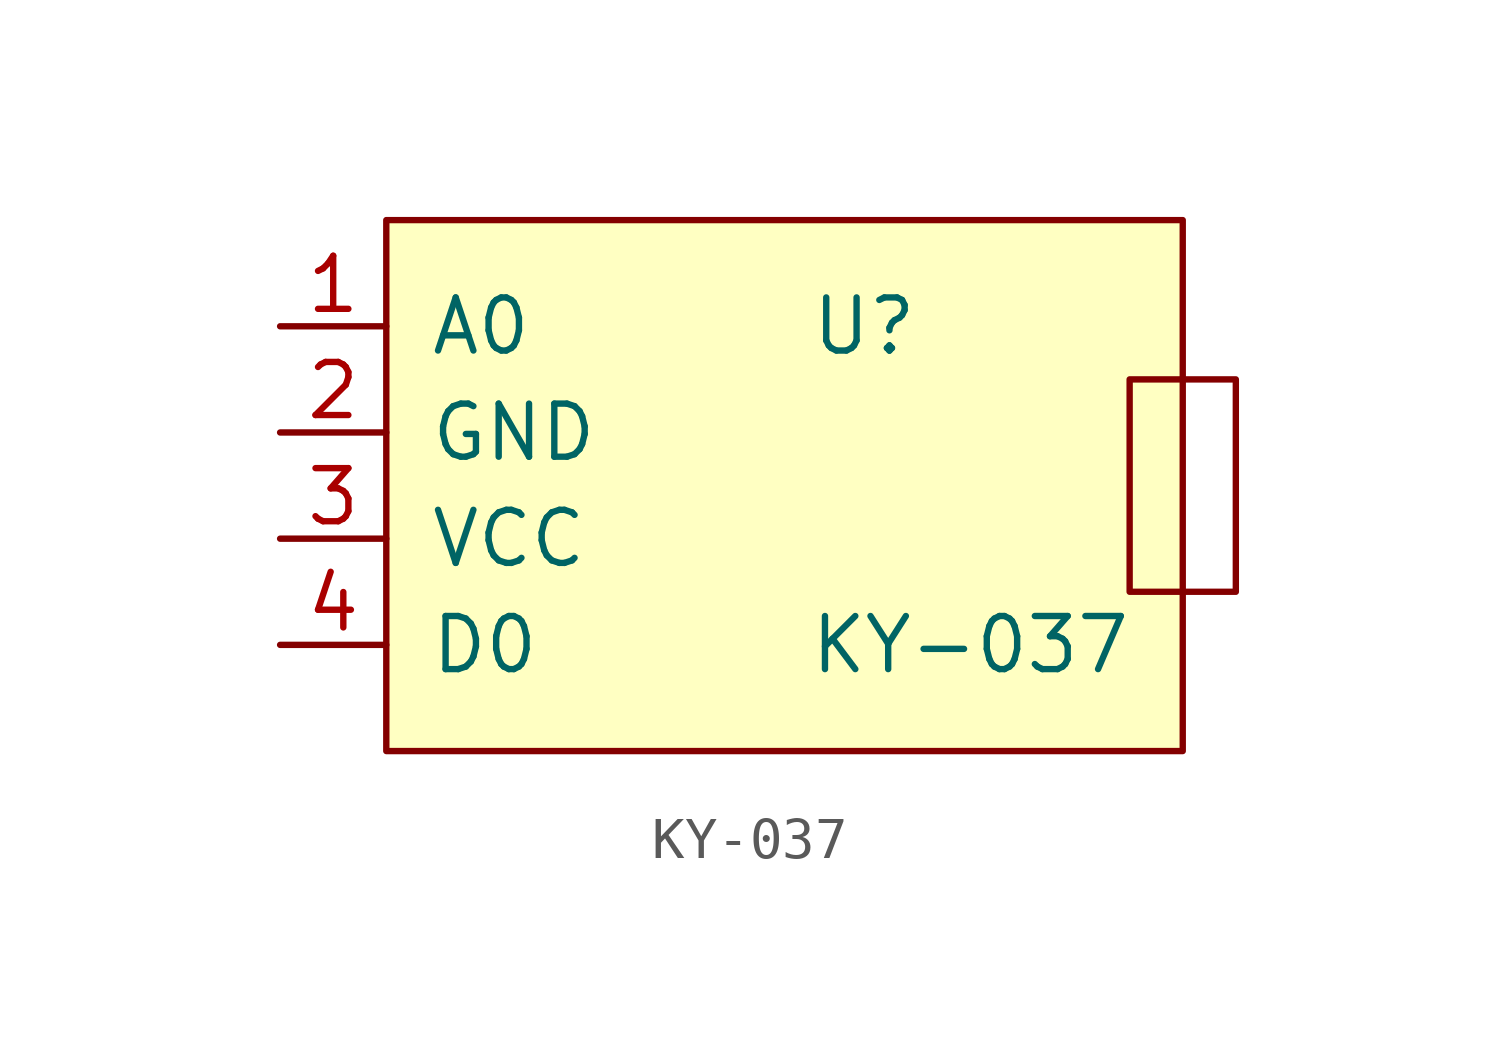
<source format=kicad_sym>
(kicad_symbol_lib
  (version 20211014)
  (generator kicad_symbol_editor)
  (symbol "KY-037"
    (pin_names
      (offset 1.016))
    (property "Reference" "U"
      (at 11.43 -2.54 0)
      (effects (font (size 1.27 1.27))))
    (property "Value" "KY-037"
      (at 13.97 -10.16 0)
      (effects (font (size 1.27 1.27))))
    (symbol "KY-037_0_1"
      (rectangle (start 0 0) (end 19.05 -12.7) (stroke (width 0) (type default) (color 0 0 0 0)) (fill (type background)))
      (rectangle (start 20.32 -3.81) (end 17.78 -8.89) (stroke (width 0) (type default) (color 0 0 0 0)) (fill (type none))))
    (symbol "KY-037_1_1"
      (pin output line (at -2.54 -2.54 0) (length 2.54) (name "A0" (effects (font (size 1.27 1.27)))) (number "1" (effects (font (size 1.27 1.27)))))
      (pin input line (at -2.54 -5.08 0) (length 2.54) (name "GND" (effects (font (size 1.27 1.27)))) (number "2" (effects (font (size 1.27 1.27)))))
      (pin input line (at -2.54 -7.62 0) (length 2.54) (name "VCC" (effects (font (size 1.27 1.27)))) (number "3" (effects (font (size 1.27 1.27)))))
      (pin output line (at -2.54 -10.16 0) (length 2.54) (name "D0" (effects (font (size 1.27 1.27)))) (number "4" (effects (font (size 1.27 1.27))))))))
</source>
